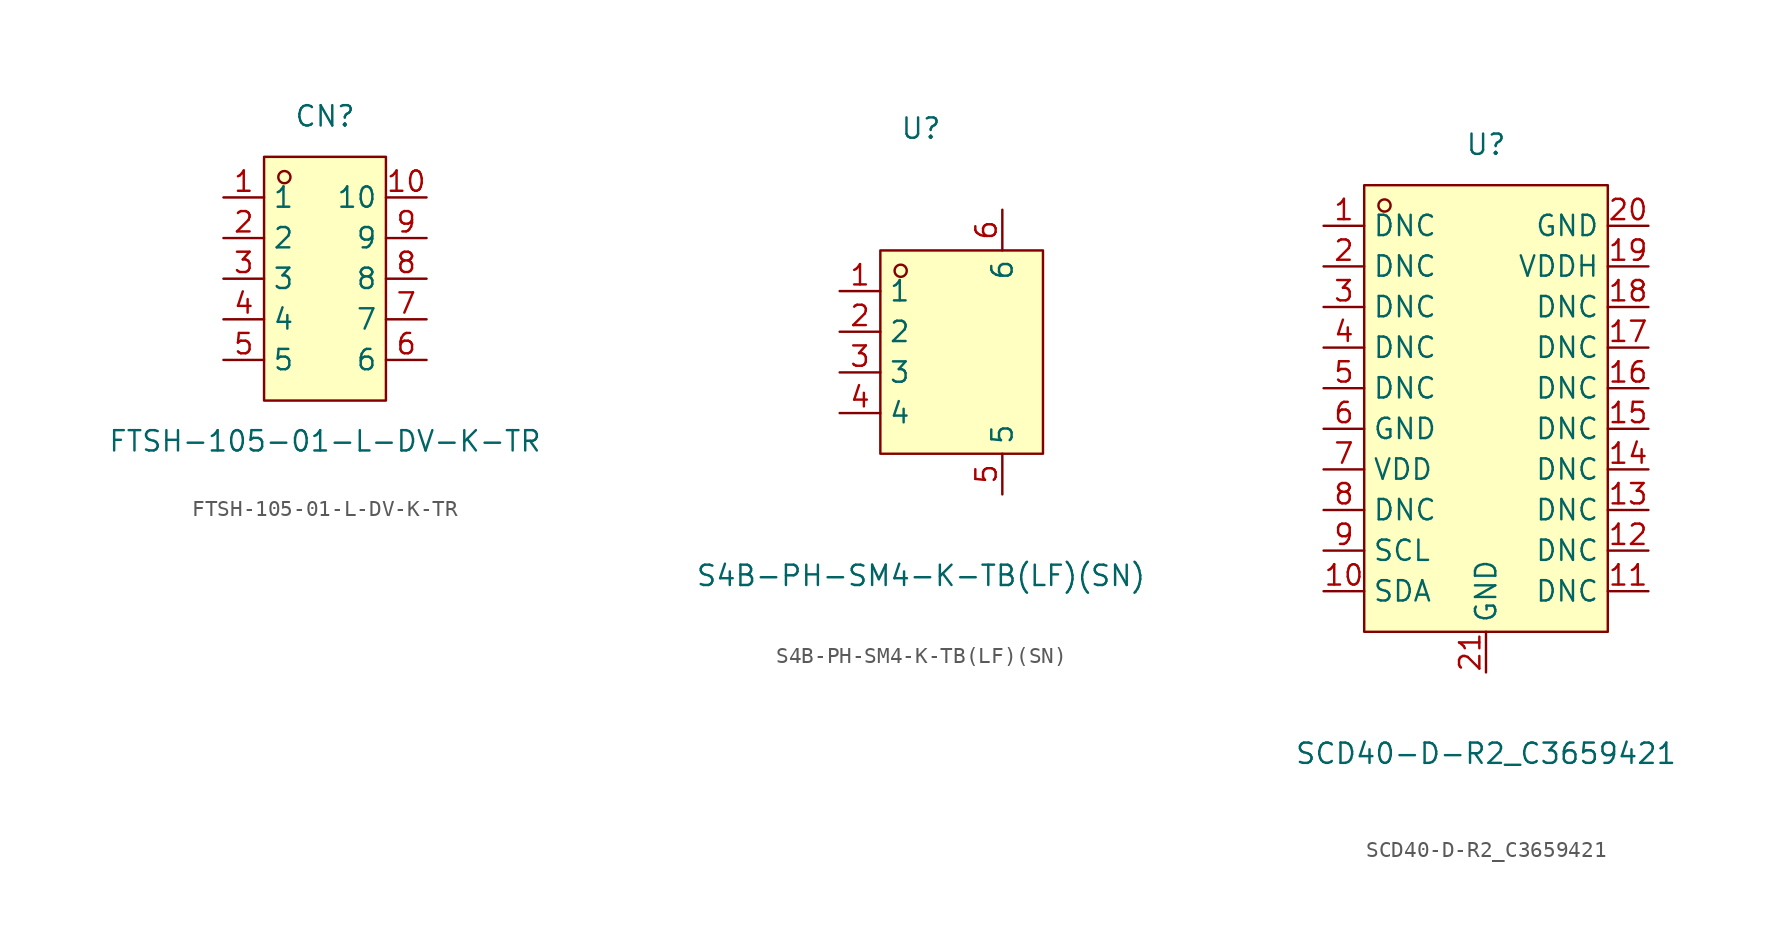
<source format=kicad_sym>
(kicad_symbol_lib
  (version 20211014)
  (generator https://github.com/uPesy/easyeda2kicad.py)
  (symbol "FTSH-105-01-L-DV-K-TR"
    (property "Reference" "CN"
      (at 0 10.16 0)
      (effects (font (size 1.27 1.27))))
    (property "Value" "FTSH-105-01-L-DV-K-TR"
      (at 0 -10.16 0)
      (effects (font (size 1.27 1.27))))
    (symbol "FTSH-105-01-L-DV-K-TR_0_1"
      (rectangle (start -3.81 7.62) (end 3.81 -7.62) (stroke (width 0) (type default) (color 0 0 0 0)) (fill (type background)))
      (circle (center -2.54 6.35) (radius 0.38) (stroke (width 0) (type default) (color 0 0 0 0)) (fill (type none)))
      (pin unspecified line (at -6.35 5.08 0) (length 2.54) (name "1" (effects (font (size 1.27 1.27)))) (number "1" (effects (font (size 1.27 1.27)))))
      (pin unspecified line (at -6.35 2.54 0) (length 2.54) (name "2" (effects (font (size 1.27 1.27)))) (number "2" (effects (font (size 1.27 1.27)))))
      (pin unspecified line (at -6.35 -0.00 0) (length 2.54) (name "3" (effects (font (size 1.27 1.27)))) (number "3" (effects (font (size 1.27 1.27)))))
      (pin unspecified line (at -6.35 -2.54 0) (length 2.54) (name "4" (effects (font (size 1.27 1.27)))) (number "4" (effects (font (size 1.27 1.27)))))
      (pin unspecified line (at -6.35 -5.08 0) (length 2.54) (name "5" (effects (font (size 1.27 1.27)))) (number "5" (effects (font (size 1.27 1.27)))))
      (pin unspecified line (at 6.35 -5.08 180) (length 2.54) (name "6" (effects (font (size 1.27 1.27)))) (number "6" (effects (font (size 1.27 1.27)))))
      (pin unspecified line (at 6.35 -2.54 180) (length 2.54) (name "7" (effects (font (size 1.27 1.27)))) (number "7" (effects (font (size 1.27 1.27)))))
      (pin unspecified line (at 6.35 -0.00 180) (length 2.54) (name "8" (effects (font (size 1.27 1.27)))) (number "8" (effects (font (size 1.27 1.27)))))
      (pin unspecified line (at 6.35 2.54 180) (length 2.54) (name "9" (effects (font (size 1.27 1.27)))) (number "9" (effects (font (size 1.27 1.27)))))
      (pin unspecified line (at 6.35 5.08 180) (length 2.54) (name "10" (effects (font (size 1.27 1.27)))) (number "10" (effects (font (size 1.27 1.27)))))))
  (symbol "S4B-PH-SM4-K-TB(LF)(SN)"
    (property "Reference" "U"
      (at 0 12.70 0)
      (effects (font (size 1.27 1.27))))
    (property "Value" "S4B-PH-SM4-K-TB(LF)(SN)"
      (at 0 -15.24 0)
      (effects (font (size 1.27 1.27))))
    (symbol "S4B-PH-SM4-K-TB(LF)(SN)_0_1"
      (rectangle (start -2.54 5.08) (end 7.62 -7.62) (stroke (width 0) (type default) (color 0 0 0 0)) (fill (type background)))
      (circle (center -1.27 3.81) (radius 0.38) (stroke (width 0) (type default) (color 0 0 0 0)) (fill (type none)))
      (pin unspecified line (at -5.08 2.54 0) (length 2.54) (name "1" (effects (font (size 1.27 1.27)))) (number "1" (effects (font (size 1.27 1.27)))))
      (pin unspecified line (at -5.08 -0.00 0) (length 2.54) (name "2" (effects (font (size 1.27 1.27)))) (number "2" (effects (font (size 1.27 1.27)))))
      (pin unspecified line (at -5.08 -2.54 0) (length 2.54) (name "3" (effects (font (size 1.27 1.27)))) (number "3" (effects (font (size 1.27 1.27)))))
      (pin unspecified line (at -5.08 -5.08 0) (length 2.54) (name "4" (effects (font (size 1.27 1.27)))) (number "4" (effects (font (size 1.27 1.27)))))
      (pin unspecified line (at 5.08 -10.16 90) (length 2.54) (name "5" (effects (font (size 1.27 1.27)))) (number "5" (effects (font (size 1.27 1.27)))))
      (pin unspecified line (at 5.08 7.62 270) (length 2.54) (name "6" (effects (font (size 1.27 1.27)))) (number "6" (effects (font (size 1.27 1.27)))))))
  (symbol "SCD40-D-R2_C3659421"
    (property "Reference" "U"
      (at 0 16.51 0)
      (effects (font (size 1.27 1.27))))
    (property "Value" "SCD40-D-R2_C3659421"
      (at 0 -21.59 0)
      (effects (font (size 1.27 1.27))))
    (symbol "SCD40-D-R2_C3659421_0_1"
      (rectangle (start -7.62 13.97) (end 7.62 -13.97) (stroke (width 0) (type default) (color 0 0 0 0)) (fill (type background)))
      (circle (center -6.35 12.70) (radius 0.38) (stroke (width 0) (type default) (color 0 0 0 0)) (fill (type none)))
      (pin unspecified line (at -10.16 11.43 0) (length 2.54) (name "DNC" (effects (font (size 1.27 1.27)))) (number "1" (effects (font (size 1.27 1.27)))))
      (pin unspecified line (at -10.16 8.89 0) (length 2.54) (name "DNC" (effects (font (size 1.27 1.27)))) (number "2" (effects (font (size 1.27 1.27)))))
      (pin unspecified line (at -10.16 6.35 0) (length 2.54) (name "DNC" (effects (font (size 1.27 1.27)))) (number "3" (effects (font (size 1.27 1.27)))))
      (pin unspecified line (at -10.16 3.81 0) (length 2.54) (name "DNC" (effects (font (size 1.27 1.27)))) (number "4" (effects (font (size 1.27 1.27)))))
      (pin unspecified line (at -10.16 1.27 0) (length 2.54) (name "DNC" (effects (font (size 1.27 1.27)))) (number "5" (effects (font (size 1.27 1.27)))))
      (pin unspecified line (at -10.16 -1.27 0) (length 2.54) (name "GND" (effects (font (size 1.27 1.27)))) (number "6" (effects (font (size 1.27 1.27)))))
      (pin unspecified line (at -10.16 -3.81 0) (length 2.54) (name "VDD" (effects (font (size 1.27 1.27)))) (number "7" (effects (font (size 1.27 1.27)))))
      (pin unspecified line (at -10.16 -6.35 0) (length 2.54) (name "DNC" (effects (font (size 1.27 1.27)))) (number "8" (effects (font (size 1.27 1.27)))))
      (pin unspecified line (at -10.16 -8.89 0) (length 2.54) (name "SCL" (effects (font (size 1.27 1.27)))) (number "9" (effects (font (size 1.27 1.27)))))
      (pin unspecified line (at -10.16 -11.43 0) (length 2.54) (name "SDA" (effects (font (size 1.27 1.27)))) (number "10" (effects (font (size 1.27 1.27)))))
      (pin unspecified line (at 10.16 -11.43 180) (length 2.54) (name "DNC" (effects (font (size 1.27 1.27)))) (number "11" (effects (font (size 1.27 1.27)))))
      (pin unspecified line (at 10.16 -8.89 180) (length 2.54) (name "DNC" (effects (font (size 1.27 1.27)))) (number "12" (effects (font (size 1.27 1.27)))))
      (pin unspecified line (at 10.16 -6.35 180) (length 2.54) (name "DNC" (effects (font (size 1.27 1.27)))) (number "13" (effects (font (size 1.27 1.27)))))
      (pin unspecified line (at 10.16 -3.81 180) (length 2.54) (name "DNC" (effects (font (size 1.27 1.27)))) (number "14" (effects (font (size 1.27 1.27)))))
      (pin unspecified line (at 10.16 -1.27 180) (length 2.54) (name "DNC" (effects (font (size 1.27 1.27)))) (number "15" (effects (font (size 1.27 1.27)))))
      (pin unspecified line (at 10.16 1.27 180) (length 2.54) (name "DNC" (effects (font (size 1.27 1.27)))) (number "16" (effects (font (size 1.27 1.27)))))
      (pin unspecified line (at 10.16 3.81 180) (length 2.54) (name "DNC" (effects (font (size 1.27 1.27)))) (number "17" (effects (font (size 1.27 1.27)))))
      (pin unspecified line (at 10.16 6.35 180) (length 2.54) (name "DNC" (effects (font (size 1.27 1.27)))) (number "18" (effects (font (size 1.27 1.27)))))
      (pin unspecified line (at 10.16 8.89 180) (length 2.54) (name "VDDH" (effects (font (size 1.27 1.27)))) (number "19" (effects (font (size 1.27 1.27)))))
      (pin unspecified line (at 10.16 11.43 180) (length 2.54) (name "GND" (effects (font (size 1.27 1.27)))) (number "20" (effects (font (size 1.27 1.27)))))
      (pin unspecified line (at 0.00 -16.51 90) (length 2.54) (name "GND" (effects (font (size 1.27 1.27)))) (number "21" (effects (font (size 1.27 1.27))))))))
</source>
